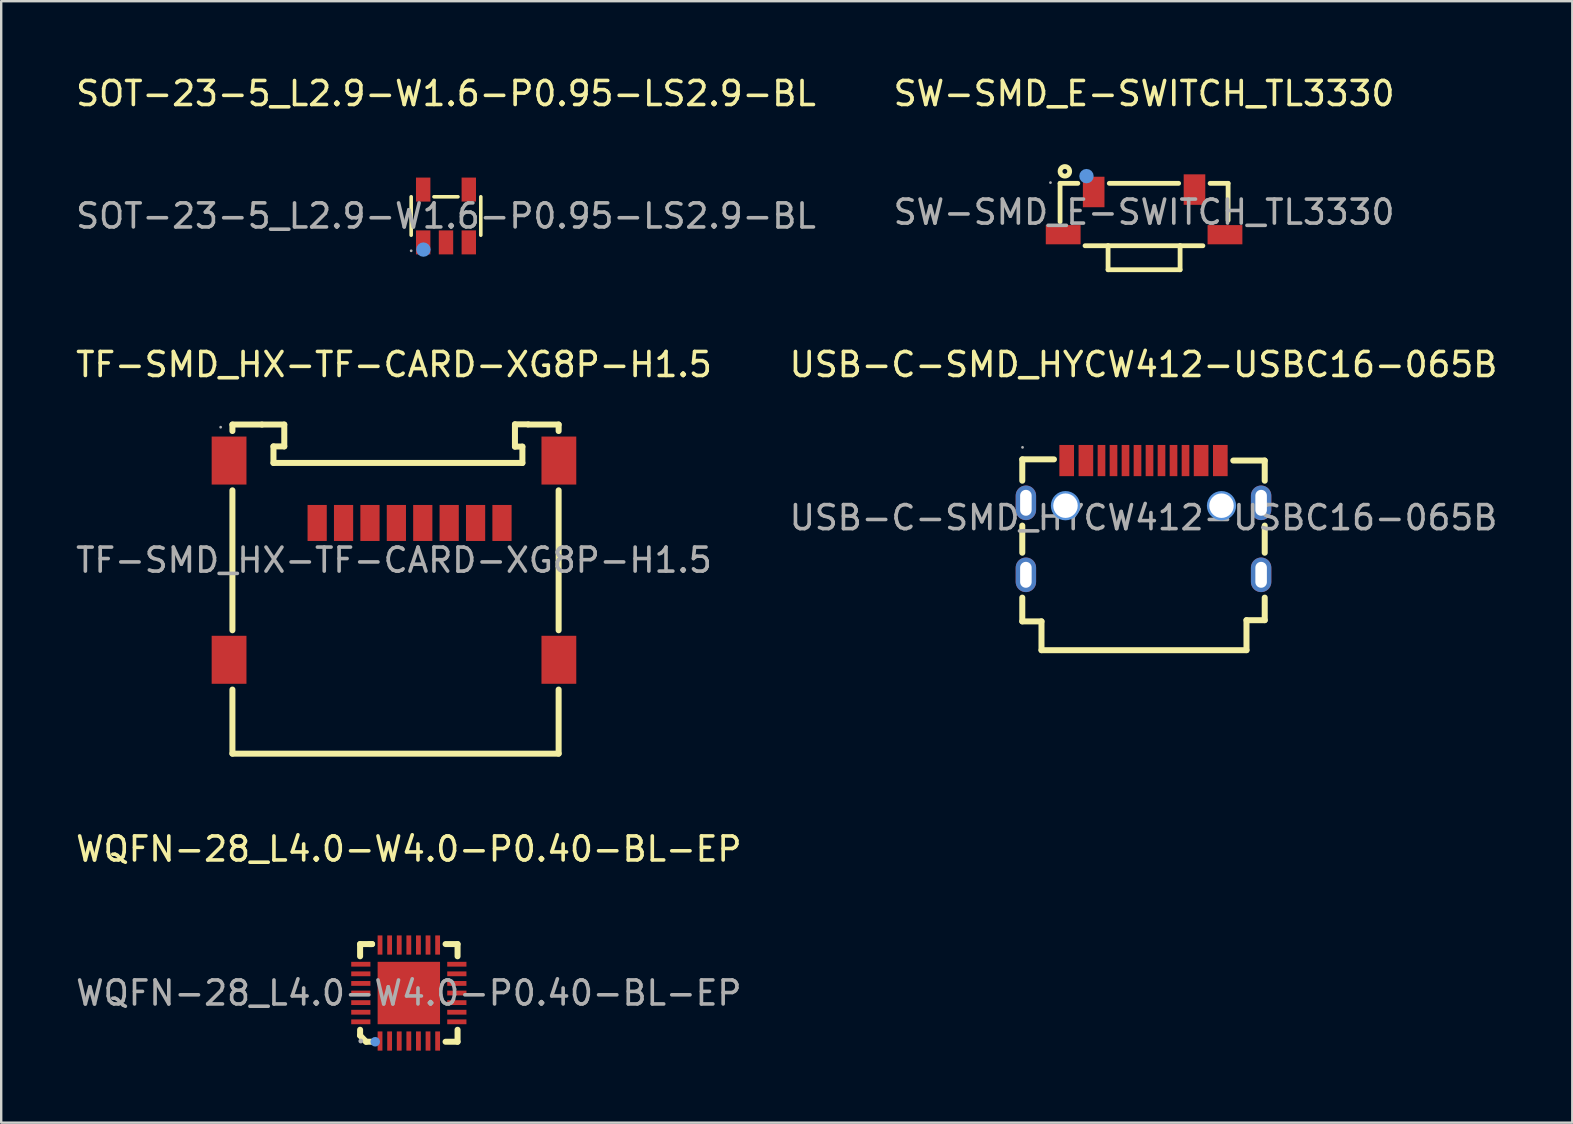
<source format=kicad_pcb>
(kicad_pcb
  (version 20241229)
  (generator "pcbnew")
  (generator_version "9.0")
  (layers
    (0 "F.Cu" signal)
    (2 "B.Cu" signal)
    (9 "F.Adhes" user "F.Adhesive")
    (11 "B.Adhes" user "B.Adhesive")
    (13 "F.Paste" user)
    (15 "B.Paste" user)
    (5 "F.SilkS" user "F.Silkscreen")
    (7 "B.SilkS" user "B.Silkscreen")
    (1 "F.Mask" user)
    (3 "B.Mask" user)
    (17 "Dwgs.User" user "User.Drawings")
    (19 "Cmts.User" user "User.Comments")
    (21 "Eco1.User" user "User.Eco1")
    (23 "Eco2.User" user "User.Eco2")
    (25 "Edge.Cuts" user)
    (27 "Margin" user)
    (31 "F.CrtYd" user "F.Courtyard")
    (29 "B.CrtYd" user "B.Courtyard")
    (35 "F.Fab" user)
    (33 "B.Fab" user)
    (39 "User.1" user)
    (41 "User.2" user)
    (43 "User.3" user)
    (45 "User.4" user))
  (footprint "SW-SMD_E-SWITCH_TL3330"
    (layer "F.Cu")
    (at 44.613 5.788)
    (property "Reference" "SW-SMD_E-SWITCH_TL3330" (at 0 -4.94 0) (layer "F.SilkS") (effects (font (size 1 1) (thickness 0.15))))
    (attr smd)
    (fp_line (start -3.5 -1.2) (end -2.76 -1.2) (stroke (width 0.2) (type solid)) (layer "F.SilkS"))
    (fp_line (start -3.5 0.4) (end -3.5 -1.2) (stroke (width 0.2) (type solid)) (layer "F.SilkS"))
    (fp_line (start -1.5 1.4) (end -2.46 1.4) (stroke (width 0.2) (type solid)) (layer "F.SilkS"))
    (fp_line (start -1.5 1.4) (end 1.5 1.4) (stroke (width 0.2) (type solid)) (layer "F.SilkS"))
    (fp_line (start -1.5 2.4) (end -1.5 1.4) (stroke (width 0.2) (type solid)) (layer "F.SilkS"))
    (fp_line (start -1.45 -1.2) (end 1.44 -1.2) (stroke (width 0.2) (type solid)) (layer "F.SilkS"))
    (fp_line (start 1.5 1.4) (end 1.5 2.4) (stroke (width 0.2) (type solid)) (layer "F.SilkS"))
    (fp_line (start 1.5 2.4) (end -1.5 2.4) (stroke (width 0.2) (type solid)) (layer "F.SilkS"))
    (fp_line (start 2.45 1.4) (end 1.5 1.4) (stroke (width 0.2) (type solid)) (layer "F.SilkS"))
    (fp_line (start 2.75 -1.2) (end 3.5 -1.2) (stroke (width 0.2) (type solid)) (layer "F.SilkS"))
    (fp_line (start 3.5 -1.2) (end 3.5 0.34) (stroke (width 0.2) (type solid)) (layer "F.SilkS"))
    (fp_circle (center -3.3 -1.7) (end -3.1 -1.7) (stroke (width 0.2) (type solid)) (fill no) (layer "F.SilkS"))
    (fp_circle (center -2.4 -1.5) (end -2.25 -1.5) (stroke (width 0.3) (type solid)) (fill no) (layer "Cmts.User"))
    (fp_circle (center -3.9 -1.23) (end -3.87 -1.23) (stroke (width 0.06) (type solid)) (fill no) (layer "F.Fab"))
    (fp_text user "${REFERENCE}" (at 0 0 0) (layer "F.Fab") (effects (font (size 1 1) (thickness 0.15))))
    (pad "1" smd rect (at -2.1 -0.84) (size 0.9 1.27) (layers "F.Cu" "F.Mask" "F.Paste"))
    (pad "2" smd rect (at 2.1 -0.94) (size 0.9 1.27) (layers "F.Cu" "F.Mask" "F.Paste"))
    (pad "3" smd rect (at 3.37 0.94) (size 1.45 0.8) (layers "F.Cu" "F.Mask" "F.Paste"))
    (pad "4" smd rect (at -3.37 0.94) (size 1.45 0.8) (layers "F.Cu" "F.Mask" "F.Paste")))
  (footprint "USB-C-SMD_HYCW412-USBC16-065B"
    (layer "F.Cu")
    (at 44.589 18.517)
    (property "Reference" "USB-C-SMD_HYCW412-USBC16-065B" (at 0 -6.38 0) (layer "F.SilkS") (effects (font (size 1 1) (thickness 0.15))))
    (attr through_hole)
    (fp_line (start -5.05 -2.43) (end -3.73 -2.43) (stroke (width 0.25) (type solid)) (layer "F.SilkS"))
    (fp_line (start -5.05 -1.54) (end -5.05 -2.43) (stroke (width 0.25) (type solid)) (layer "F.SilkS"))
    (fp_line (start -5.05 1.46) (end -5.05 0.33) (stroke (width 0.25) (type solid)) (layer "F.SilkS"))
    (fp_line (start -5.05 3.33) (end -5.05 4.32) (stroke (width 0.25) (type solid)) (layer "F.SilkS"))
    (fp_line (start -5.05 4.32) (end -4.25 4.32) (stroke (width 0.25) (type solid)) (layer "F.SilkS"))
    (fp_line (start -4.25 4.32) (end -4.25 5.52) (stroke (width 0.25) (type solid)) (layer "F.SilkS"))
    (fp_line (start -4.25 5.52) (end 4.29 5.52) (stroke (width 0.25) (type solid)) (layer "F.SilkS"))
    (fp_line (start 3.74 -2.38) (end 5.05 -2.38) (stroke (width 0.25) (type solid)) (layer "F.SilkS"))
    (fp_line (start 4.29 4.27) (end 5.05 4.27) (stroke (width 0.25) (type solid)) (layer "F.SilkS"))
    (fp_line (start 4.29 5.52) (end 4.29 4.27) (stroke (width 0.25) (type solid)) (layer "F.SilkS"))
    (fp_line (start 5.05 -2.38) (end 5.05 -1.54) (stroke (width 0.25) (type solid)) (layer "F.SilkS"))
    (fp_line (start 5.05 0.33) (end 5.05 1.46) (stroke (width 0.25) (type solid)) (layer "F.SilkS"))
    (fp_line (start 5.05 4.27) (end 5.05 3.33) (stroke (width 0.25) (type solid)) (layer "F.SilkS"))
    (fp_circle (center -3.25 -0.5) (end -3.05 -0.5) (stroke (width 0.41) (type solid)) (fill no) (layer "Cmts.User"))
    (fp_circle (center 3.25 -0.5) (end 3.45 -0.5) (stroke (width 0.41) (type solid)) (fill no) (layer "Cmts.User"))
    (fp_circle (center -5.04 -2.93) (end -5.01 -2.93) (stroke (width 0.06) (type solid)) (fill no) (layer "F.Fab"))
    (fp_text user "${REFERENCE}" (at 0 0 0) (layer "F.Fab") (effects (font (size 1 1) (thickness 0.15))))
    (pad "" thru_hole circle (at -3.25 -0.5) (size 1.02 1.02) (drill 1.02) (layers "*.Cu" "*.Mask"))
    (pad "" thru_hole circle (at 3.25 -0.5) (size 1.02 1.02) (drill 1.02) (layers "*.Cu" "*.Mask"))
    (pad "13" thru_hole oval (at -4.9 -0.62) (size 0.85 1.44) (drill oval 0.48 1.08) (layers "*.Cu" "*.Mask"))
    (pad "14" thru_hole oval (at 4.9 -0.62) (size 0.85 1.44) (drill oval 0.48 1.08) (layers "*.Cu" "*.Mask"))
    (pad "15" thru_hole oval (at -4.9 2.38) (size 0.85 1.44) (drill oval 0.48 1.08) (layers "*.Cu" "*.Mask"))
    (pad "16" thru_hole oval (at 4.9 2.38) (size 0.85 1.44) (drill oval 0.48 1.08) (layers "*.Cu" "*.Mask"))
    (pad "A1B12" smd rect (at -3.2 -2.38) (size 0.61 1.3) (layers "F.Cu" "F.Mask" "F.Paste"))
    (pad "A4B9" smd rect (at -2.4 -2.38) (size 0.61 1.3) (layers "F.Cu" "F.Mask" "F.Paste"))
    (pad "A5" smd rect (at -1.25 -2.38) (size 0.32 1.3) (layers "F.Cu" "F.Mask" "F.Paste"))
    (pad "A6" smd rect (at -0.25 -2.38) (size 0.32 1.3) (layers "F.Cu" "F.Mask" "F.Paste"))
    (pad "A7" smd rect (at 0.25 -2.38) (size 0.32 1.3) (layers "F.Cu" "F.Mask" "F.Paste"))
    (pad "A8" smd rect (at 1.25 -2.38) (size 0.32 1.3) (layers "F.Cu" "F.Mask" "F.Paste"))
    (pad "B1A12" smd rect (at 3.2 -2.38) (size 0.61 1.3) (layers "F.Cu" "F.Mask" "F.Paste"))
    (pad "B4A9" smd rect (at 2.4 -2.38) (size 0.61 1.3) (layers "F.Cu" "F.Mask" "F.Paste"))
    (pad "B5" smd rect (at 1.75 -2.38) (size 0.32 1.3) (layers "F.Cu" "F.Mask" "F.Paste"))
    (pad "B6" smd rect (at 0.75 -2.38) (size 0.32 1.3) (layers "F.Cu" "F.Mask" "F.Paste"))
    (pad "B7" smd rect (at -0.75 -2.38) (size 0.32 1.3) (layers "F.Cu" "F.Mask" "F.Paste"))
    (pad "B8" smd rect (at -1.75 -2.38) (size 0.32 1.3) (layers "F.Cu" "F.Mask" "F.Paste")))
  (footprint "WQFN-28_L4.0-W4.0-P0.40-BL-EP"
    (layer "F.Cu")
    (at 13.982 38.32)
    (property "Reference" "WQFN-28_L4.0-W4.0-P0.40-BL-EP" (at 0 -6 0) (layer "F.SilkS") (effects (font (size 1 1) (thickness 0.15))))
    (attr smd)
    (fp_line (start -2.03 -2.04) (end -2.03 -1.53) (stroke (width 0.25) (type solid)) (layer "F.SilkS"))
    (fp_line (start -2.03 1.53) (end -2.03 1.77) (stroke (width 0.25) (type solid)) (layer "F.SilkS"))
    (fp_line (start -2.03 1.77) (end -1.78 2.03) (stroke (width 0.25) (type solid)) (layer "F.SilkS"))
    (fp_line (start -1.78 2.03) (end -1.53 2.03) (stroke (width 0.25) (type solid)) (layer "F.SilkS"))
    (fp_line (start -1.53 -2.04) (end -2.03 -2.04) (stroke (width 0.25) (type solid)) (layer "F.SilkS"))
    (fp_line (start -1.53 -2.04) (end -1.65 -2.04) (stroke (width 0.25) (type solid)) (layer "F.SilkS"))
    (fp_line (start 1.53 2.03) (end 2.03 2.03) (stroke (width 0.25) (type solid)) (layer "F.SilkS"))
    (fp_line (start 2.03 -2.04) (end 1.53 -2.04) (stroke (width 0.25) (type solid)) (layer "F.SilkS"))
    (fp_line (start 2.03 -1.53) (end 2.03 -2.04) (stroke (width 0.25) (type solid)) (layer "F.SilkS"))
    (fp_line (start 2.03 2.03) (end 2.03 1.53) (stroke (width 0.25) (type solid)) (layer "F.SilkS"))
    (fp_circle (center -1.4 2.03) (end -1.3 2.03) (stroke (width 0.2) (type solid)) (fill no) (layer "Cmts.User"))
    (fp_circle (center -2 2) (end -1.95 2) (stroke (width 0.1) (type solid)) (fill no) (layer "F.Fab"))
    (fp_text user "${REFERENCE}" (at 0 0 0) (layer "F.Fab") (effects (font (size 1 1) (thickness 0.15))))
    (pad "1" smd rect (at -1.2 2) (size 0.2 0.8) (layers "F.Cu" "F.Mask" "F.Paste"))
    (pad "2" smd rect (at -0.8 2) (size 0.2 0.8) (layers "F.Cu" "F.Mask" "F.Paste"))
    (pad "3" smd rect (at -0.4 2) (size 0.2 0.8) (layers "F.Cu" "F.Mask" "F.Paste"))
    (pad "4" smd rect (at 0 2) (size 0.2 0.8) (layers "F.Cu" "F.Mask" "F.Paste"))
    (pad "5" smd rect (at 0.4 2) (size 0.2 0.8) (layers "F.Cu" "F.Mask" "F.Paste"))
    (pad "6" smd rect (at 0.8 2) (size 0.2 0.8) (layers "F.Cu" "F.Mask" "F.Paste"))
    (pad "7" smd rect (at 1.2 2) (size 0.2 0.8) (layers "F.Cu" "F.Mask" "F.Paste"))
    (pad "8" smd rect (at 2 1.2 270) (size 0.2 0.8) (layers "F.Cu" "F.Mask" "F.Paste"))
    (pad "9" smd rect (at 2 0.8 270) (size 0.2 0.8) (layers "F.Cu" "F.Mask" "F.Paste"))
    (pad "10" smd rect (at 2 0.4 270) (size 0.2 0.8) (layers "F.Cu" "F.Mask" "F.Paste"))
    (pad "11" smd rect (at 2 0 270) (size 0.2 0.8) (layers "F.Cu" "F.Mask" "F.Paste"))
    (pad "12" smd rect (at 2 -0.4 270) (size 0.2 0.8) (layers "F.Cu" "F.Mask" "F.Paste"))
    (pad "13" smd rect (at 2 -0.8 270) (size 0.2 0.8) (layers "F.Cu" "F.Mask" "F.Paste"))
    (pad "14" smd rect (at 2 -1.2 270) (size 0.2 0.8) (layers "F.Cu" "F.Mask" "F.Paste"))
    (pad "15" smd rect (at 1.2 -2) (size 0.2 0.8) (layers "F.Cu" "F.Mask" "F.Paste"))
    (pad "16" smd rect (at 0.8 -2) (size 0.2 0.8) (layers "F.Cu" "F.Mask" "F.Paste"))
    (pad "17" smd rect (at 0.4 -2) (size 0.2 0.8) (layers "F.Cu" "F.Mask" "F.Paste"))
    (pad "18" smd rect (at 0 -2) (size 0.2 0.8) (layers "F.Cu" "F.Mask" "F.Paste"))
    (pad "19" smd rect (at -0.4 -2) (size 0.2 0.8) (layers "F.Cu" "F.Mask" "F.Paste"))
    (pad "20" smd rect (at -0.8 -2) (size 0.2 0.8) (layers "F.Cu" "F.Mask" "F.Paste"))
    (pad "21" smd rect (at -1.2 -2) (size 0.2 0.8) (layers "F.Cu" "F.Mask" "F.Paste"))
    (pad "22" smd rect (at -2 -1.2 270) (size 0.2 0.8) (layers "F.Cu" "F.Mask" "F.Paste"))
    (pad "23" smd rect (at -2 -0.8 270) (size 0.2 0.8) (layers "F.Cu" "F.Mask" "F.Paste"))
    (pad "24" smd rect (at -2 -0.4 270) (size 0.2 0.8) (layers "F.Cu" "F.Mask" "F.Paste"))
    (pad "25" smd rect (at -2 0 270) (size 0.2 0.8) (layers "F.Cu" "F.Mask" "F.Paste"))
    (pad "26" smd rect (at -2 0.4 270) (size 0.2 0.8) (layers "F.Cu" "F.Mask" "F.Paste"))
    (pad "27" smd rect (at -2 0.8 270) (size 0.2 0.8) (layers "F.Cu" "F.Mask" "F.Paste"))
    (pad "28" smd rect (at -2 1.2 270) (size 0.2 0.8) (layers "F.Cu" "F.Mask" "F.Paste"))
    (pad "29" smd rect (at 0 0 270) (size 2.6 2.6) (layers "F.Cu" "F.Mask" "F.Paste")))
  (footprint "TF-SMD_HX-TF-CARD-XG8P-H1.5"
    (layer "F.Cu")
    (at 13.363 20.287)
    (property "Reference" "TF-SMD_HX-TF-CARD-XG8P-H1.5" (at 0 -8.15 0) (layer "F.SilkS") (effects (font (size 1 1) (thickness 0.15))))
    (attr smd)
    (fp_line (start -6.73 -5.38) (end -6.73 -5.65) (stroke (width 0.25) (type solid)) (layer "F.SilkS"))
    (fp_line (start -6.73 2.92) (end -6.73 -2.91) (stroke (width 0.25) (type solid)) (layer "F.SilkS"))
    (fp_line (start -6.73 8.06) (end -6.73 5.39) (stroke (width 0.25) (type solid)) (layer "F.SilkS"))
    (fp_line (start -5.5 -5.65) (end -6.73 -5.65) (stroke (width 0.25) (type solid)) (layer "F.SilkS"))
    (fp_line (start -5.5 -5.65) (end -4.57 -5.65) (stroke (width 0.25) (type solid)) (layer "F.SilkS"))
    (fp_line (start -5.02 -4.74) (end -5.02 -4.05) (stroke (width 0.25) (type solid)) (layer "F.SilkS"))
    (fp_line (start -5.02 -4.05) (end 5.35 -4.05) (stroke (width 0.25) (type solid)) (layer "F.SilkS"))
    (fp_line (start -4.57 -5.65) (end -4.57 -4.74) (stroke (width 0.25) (type solid)) (layer "F.SilkS"))
    (fp_line (start -4.57 -4.74) (end -5.02 -4.74) (stroke (width 0.25) (type solid)) (layer "F.SilkS"))
    (fp_line (start 5.04 -5.66) (end 5.59 -5.66) (stroke (width 0.25) (type solid)) (layer "F.SilkS"))
    (fp_line (start 5.04 -4.73) (end 5.04 -5.66) (stroke (width 0.25) (type solid)) (layer "F.SilkS"))
    (fp_line (start 5.35 -4.73) (end 5.04 -4.73) (stroke (width 0.25) (type solid)) (layer "F.SilkS"))
    (fp_line (start 5.35 -4.05) (end 5.35 -4.73) (stroke (width 0.25) (type solid)) (layer "F.SilkS"))
    (fp_line (start 6.86 -5.65) (end 5.59 -5.65) (stroke (width 0.25) (type solid)) (layer "F.SilkS"))
    (fp_line (start 6.86 -5.38) (end 6.86 -5.65) (stroke (width 0.25) (type solid)) (layer "F.SilkS"))
    (fp_line (start 6.86 2.92) (end 6.86 -2.91) (stroke (width 0.25) (type solid)) (layer "F.SilkS"))
    (fp_line (start 6.86 8.06) (end -6.73 8.06) (stroke (width 0.25) (type solid)) (layer "F.SilkS"))
    (fp_line (start 6.86 8.06) (end 6.86 5.39) (stroke (width 0.25) (type solid)) (layer "F.SilkS"))
    (fp_circle (center -7.22 -5.54) (end -7.19 -5.54) (stroke (width 0.06) (type solid)) (fill no) (layer "F.Fab"))
    (fp_text user "${REFERENCE}" (at 0 0 0) (layer "F.Fab") (effects (font (size 1 1) (thickness 0.15))))
    (pad "1" smd rect (at -3.2 -1.55 180) (size 0.8 1.5) (layers "F.Cu" "F.Mask" "F.Paste"))
    (pad "2" smd rect (at -2.1 -1.55 180) (size 0.8 1.5) (layers "F.Cu" "F.Mask" "F.Paste"))
    (pad "3" smd rect (at -1 -1.55 180) (size 0.8 1.5) (layers "F.Cu" "F.Mask" "F.Paste"))
    (pad "4" smd rect (at 0.1 -1.55 180) (size 0.8 1.5) (layers "F.Cu" "F.Mask" "F.Paste"))
    (pad "5" smd rect (at 1.2 -1.55 180) (size 0.8 1.5) (layers "F.Cu" "F.Mask" "F.Paste"))
    (pad "6" smd rect (at 2.3 -1.55 180) (size 0.8 1.5) (layers "F.Cu" "F.Mask" "F.Paste"))
    (pad "7" smd rect (at 3.4 -1.55 180) (size 0.8 1.5) (layers "F.Cu" "F.Mask" "F.Paste"))
    (pad "8" smd rect (at 4.5 -1.55 180) (size 0.8 1.5) (layers "F.Cu" "F.Mask" "F.Paste"))
    (pad "9" smd rect (at 6.87 4.15 180) (size 1.45 2) (layers "F.Cu" "F.Mask" "F.Paste"))
    (pad "10" smd rect (at 6.87 -4.15 180) (size 1.45 2) (layers "F.Cu" "F.Mask" "F.Paste"))
    (pad "11" smd rect (at -6.87 -4.15 180) (size 1.45 2) (layers "F.Cu" "F.Mask" "F.Paste"))
    (pad "12" smd rect (at -6.87 4.15 180) (size 1.45 2) (layers "F.Cu" "F.Mask" "F.Paste")))
  (footprint "SOT-23-5_L2.9-W1.6-P0.95-LS2.9-BL"
    (layer "F.Cu")
    (at 15.53 5.948)
    (property "Reference" "SOT-23-5_L2.9-W1.6-P0.95-LS2.9-BL" (at 0 -5.1 0) (layer "F.SilkS") (effects (font (size 1 1) (thickness 0.15))))
    (attr smd)
    (fp_line (start -1.45 -0.8) (end -1.45 0.8) (stroke (width 0.15) (type solid)) (layer "F.SilkS"))
    (fp_line (start -0.5 -0.8) (end 0.5 -0.8) (stroke (width 0.15) (type solid)) (layer "F.SilkS"))
    (fp_line (start 1.45 -0.8) (end 1.45 0.8) (stroke (width 0.15) (type solid)) (layer "F.SilkS"))
    (fp_circle (center -0.94 1.4) (end -0.79 1.4) (stroke (width 0.3) (type solid)) (fill no) (layer "Cmts.User"))
    (fp_circle (center -1.45 1.45) (end -1.42 1.45) (stroke (width 0.06) (type solid)) (fill no) (layer "F.Fab"))
    (fp_text user "${REFERENCE}" (at 0 0 0) (layer "F.Fab") (effects (font (size 1 1) (thickness 0.15))))
    (pad "1" smd rect (at -0.95 1.1) (size 0.6 1) (layers "F.Cu" "F.Mask" "F.Paste"))
    (pad "2" smd rect (at 0 1.1) (size 0.6 1) (layers "F.Cu" "F.Mask" "F.Paste"))
    (pad "3" smd rect (at 0.95 1.1) (size 0.6 1) (layers "F.Cu" "F.Mask" "F.Paste"))
    (pad "4" smd rect (at 0.95 -1.1) (size 0.6 1) (layers "F.Cu" "F.Mask" "F.Paste"))
    (pad "5" smd rect (at -0.95 -1.1) (size 0.6 1) (layers "F.Cu" "F.Mask" "F.Paste")))
  (gr_rect
    (start -3 -3)
    (end 62.452 43.72)
    (stroke (width 0.1) (type default))
    (fill no)
    (layer "Edge.Cuts")))
</source>
